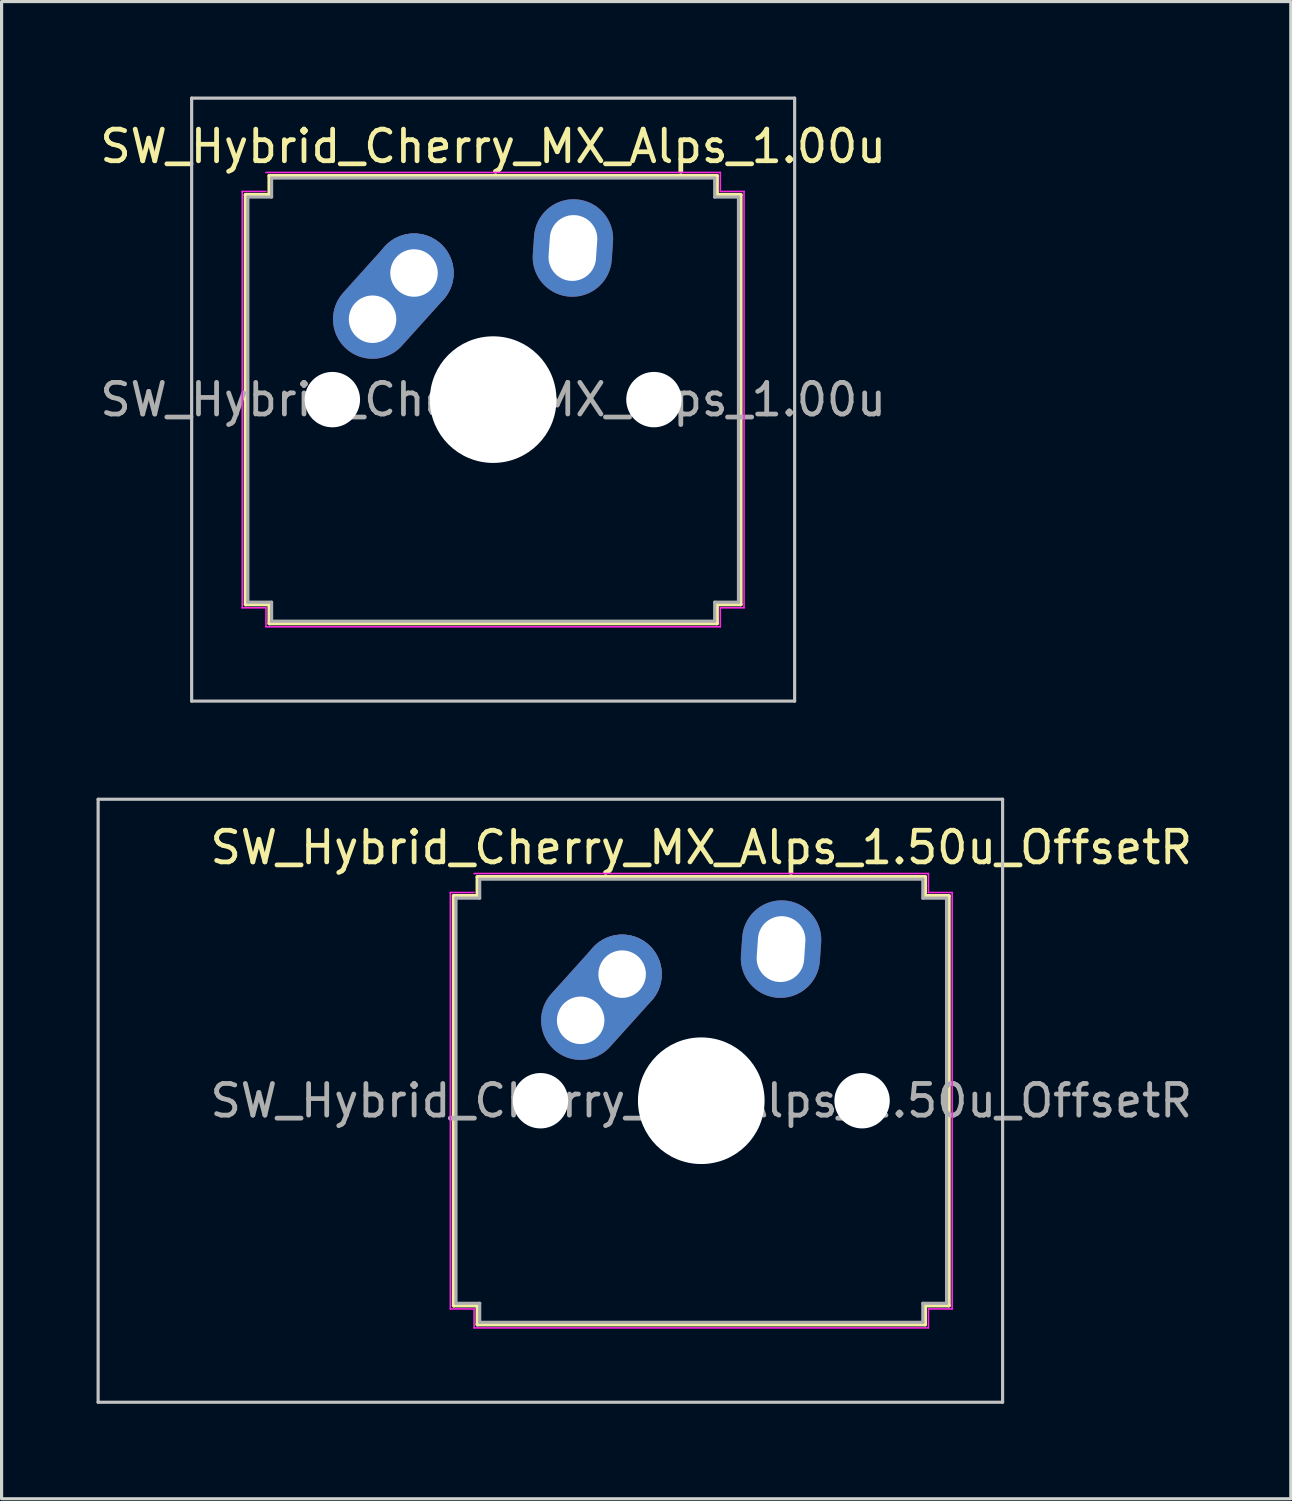
<source format=kicad_pcb>
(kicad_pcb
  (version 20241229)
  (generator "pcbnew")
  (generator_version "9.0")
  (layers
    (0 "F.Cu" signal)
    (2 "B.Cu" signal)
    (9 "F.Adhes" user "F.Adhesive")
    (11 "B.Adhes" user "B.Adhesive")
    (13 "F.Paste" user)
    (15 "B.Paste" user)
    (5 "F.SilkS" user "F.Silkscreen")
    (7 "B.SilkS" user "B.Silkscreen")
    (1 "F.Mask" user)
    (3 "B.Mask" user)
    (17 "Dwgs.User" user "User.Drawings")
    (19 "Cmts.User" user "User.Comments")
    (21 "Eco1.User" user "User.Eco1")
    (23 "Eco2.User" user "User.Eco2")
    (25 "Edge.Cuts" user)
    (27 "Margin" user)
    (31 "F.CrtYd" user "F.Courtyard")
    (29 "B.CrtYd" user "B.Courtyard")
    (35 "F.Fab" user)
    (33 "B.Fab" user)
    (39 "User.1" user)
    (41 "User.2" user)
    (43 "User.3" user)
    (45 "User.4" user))
  (footprint "SW_Hybrid_Cherry_MX_Alps_1.50u_OffsetR"
    (layer "F.Cu")
    (at 19.105 31.725)
    (property "Reference" "SW_Hybrid_Cherry_MX_Alps_1.50u_OffsetR" (at 0 -8 0) (layer "F.SilkS") (effects (font (size 1 1) (thickness 0.15))))
    (attr through_hole)
    (fp_line (start -7.821 -6.471) (end -7.071 -6.471) (stroke (width 0.12) (type solid)) (layer "F.SilkS"))
    (fp_line (start -7.821 6.471) (end -7.821 -6.471) (stroke (width 0.12) (type solid)) (layer "F.SilkS"))
    (fp_line (start -7.071 -7.071) (end 7.071 -7.071) (stroke (width 0.12) (type solid)) (layer "F.SilkS"))
    (fp_line (start -7.071 -6.471) (end -7.071 -7.071) (stroke (width 0.12) (type solid)) (layer "F.SilkS"))
    (fp_line (start -7.071 6.471) (end -7.821 6.471) (stroke (width 0.12) (type solid)) (layer "F.SilkS"))
    (fp_line (start -7.071 7.071) (end -7.071 6.471) (stroke (width 0.12) (type solid)) (layer "F.SilkS"))
    (fp_line (start 7.071 -7.071) (end 7.071 -6.471) (stroke (width 0.12) (type solid)) (layer "F.SilkS"))
    (fp_line (start 7.071 -6.471) (end 7.821 -6.471) (stroke (width 0.12) (type solid)) (layer "F.SilkS"))
    (fp_line (start 7.071 6.471) (end 7.071 7.071) (stroke (width 0.12) (type solid)) (layer "F.SilkS"))
    (fp_line (start 7.071 7.071) (end -7.071 7.071) (stroke (width 0.12) (type solid)) (layer "F.SilkS"))
    (fp_line (start 7.821 -6.471) (end 7.821 6.471) (stroke (width 0.12) (type solid)) (layer "F.SilkS"))
    (fp_line (start 7.821 6.471) (end 7.071 6.471) (stroke (width 0.12) (type solid)) (layer "F.SilkS"))
    (fp_line (start -19.055 -9.525) (end -19.055 9.525) (stroke (width 0.1) (type solid)) (layer "Dwgs.User"))
    (fp_line (start -19.055 9.525) (end 9.52 9.525) (stroke (width 0.1) (type solid)) (layer "Dwgs.User"))
    (fp_line (start 9.52 -9.525) (end -19.055 -9.525) (stroke (width 0.1) (type solid)) (layer "Dwgs.User"))
    (fp_line (start 9.52 9.525) (end 9.52 -9.525) (stroke (width 0.1) (type solid)) (layer "Dwgs.User"))
    (fp_line (start -7.927 -6.577) (end -7.177 -6.577) (stroke (width 0.05) (type solid)) (layer "F.CrtYd"))
    (fp_line (start -7.927 6.577) (end -7.927 -6.577) (stroke (width 0.05) (type solid)) (layer "F.CrtYd"))
    (fp_line (start -7.177 -7.177) (end 7.177 -7.177) (stroke (width 0.05) (type solid)) (layer "F.CrtYd"))
    (fp_line (start -7.177 6.577) (end -7.927 6.577) (stroke (width 0.05) (type solid)) (layer "F.CrtYd"))
    (fp_line (start -7.177 7.177) (end -7.177 6.577) (stroke (width 0.05) (type solid)) (layer "F.CrtYd"))
    (fp_line (start 7.177 -7.177) (end 7.177 -6.577) (stroke (width 0.05) (type solid)) (layer "F.CrtYd"))
    (fp_line (start 7.177 -6.577) (end 7.927 -6.577) (stroke (width 0.05) (type solid)) (layer "F.CrtYd"))
    (fp_line (start 7.177 6.577) (end 7.177 7.177) (stroke (width 0.05) (type solid)) (layer "F.CrtYd"))
    (fp_line (start 7.177 7.177) (end -7.177 7.177) (stroke (width 0.05) (type solid)) (layer "F.CrtYd"))
    (fp_line (start 7.927 -6.577) (end 7.927 6.577) (stroke (width 0.05) (type solid)) (layer "F.CrtYd"))
    (fp_line (start 7.927 6.577) (end 7.177 6.577) (stroke (width 0.05) (type solid)) (layer "F.CrtYd"))
    (fp_line (start -7.75 -6.4) (end -7 -6.4) (stroke (width 0.1) (type solid)) (layer "F.Fab"))
    (fp_line (start -7.75 6.4) (end -7.75 -6.4) (stroke (width 0.1) (type solid)) (layer "F.Fab"))
    (fp_line (start -7 -7) (end 7 -7) (stroke (width 0.1) (type solid)) (layer "F.Fab"))
    (fp_line (start -7 -6.4) (end -7 -7) (stroke (width 0.1) (type solid)) (layer "F.Fab"))
    (fp_line (start -7 6.4) (end -7.75 6.4) (stroke (width 0.1) (type solid)) (layer "F.Fab"))
    (fp_line (start -7 7) (end -7 6.4) (stroke (width 0.1) (type solid)) (layer "F.Fab"))
    (fp_line (start 7 -7) (end 7 -6.4) (stroke (width 0.1) (type solid)) (layer "F.Fab"))
    (fp_line (start 7 -6.4) (end 7.75 -6.4) (stroke (width 0.1) (type solid)) (layer "F.Fab"))
    (fp_line (start 7 6.4) (end 7 7) (stroke (width 0.1) (type solid)) (layer "F.Fab"))
    (fp_line (start 7 7) (end -7 7) (stroke (width 0.1) (type solid)) (layer "F.Fab"))
    (fp_line (start 7.75 -6.4) (end 7.75 6.4) (stroke (width 0.1) (type solid)) (layer "F.Fab"))
    (fp_line (start 7.75 6.4) (end 7 6.4) (stroke (width 0.1) (type solid)) (layer "F.Fab"))
    (fp_text user "${REFERENCE}" (at 0 0 0) (layer "F.Fab") (effects (font (size 1 1) (thickness 0.15))))
    (pad "" np_thru_hole circle (at -5.08 0) (size 1.75 1.75) (drill 1.75) (layers "*.Cu" "*.Mask"))
    (pad "" np_thru_hole circle (at 0 0) (size 4 4) (drill 4) (layers "*.Cu" "*.Mask"))
    (pad "" np_thru_hole circle (at 5.08 0) (size 1.75 1.75) (drill 1.75) (layers "*.Cu" "*.Mask"))
    (pad "1" thru_hole oval (at -3.81 -2.54 48) (size 4.462 2.5) (drill 1.5 (offset 0.981 0)) (layers "*.Cu" "*.Mask"))
    (pad "1" thru_hole circle (at -2.5 -4) (size 2.5 2.5) (drill 1.5) (layers "*.Cu" "*.Mask"))
    (pad "2" thru_hole oval (at 2.52 -4.79 86) (size 3.081 2.5) (drill oval 2.081 1.5) (layers "*.Cu" "*.Mask")))
  (footprint "SW_Hybrid_Cherry_MX_Alps_1.00u"
    (layer "F.Cu")
    (at 12.53 9.575)
    (property "Reference" "SW_Hybrid_Cherry_MX_Alps_1.00u" (at 0 -8 0) (layer "F.SilkS") (effects (font (size 1 1) (thickness 0.15))))
    (attr through_hole)
    (fp_line (start -7.821 -6.471) (end -7.071 -6.471) (stroke (width 0.12) (type solid)) (layer "F.SilkS"))
    (fp_line (start -7.821 6.471) (end -7.821 -6.471) (stroke (width 0.12) (type solid)) (layer "F.SilkS"))
    (fp_line (start -7.071 -7.071) (end 7.071 -7.071) (stroke (width 0.12) (type solid)) (layer "F.SilkS"))
    (fp_line (start -7.071 -6.471) (end -7.071 -7.071) (stroke (width 0.12) (type solid)) (layer "F.SilkS"))
    (fp_line (start -7.071 6.471) (end -7.821 6.471) (stroke (width 0.12) (type solid)) (layer "F.SilkS"))
    (fp_line (start -7.071 7.071) (end -7.071 6.471) (stroke (width 0.12) (type solid)) (layer "F.SilkS"))
    (fp_line (start 7.071 -7.071) (end 7.071 -6.471) (stroke (width 0.12) (type solid)) (layer "F.SilkS"))
    (fp_line (start 7.071 -6.471) (end 7.821 -6.471) (stroke (width 0.12) (type solid)) (layer "F.SilkS"))
    (fp_line (start 7.071 6.471) (end 7.071 7.071) (stroke (width 0.12) (type solid)) (layer "F.SilkS"))
    (fp_line (start 7.071 7.071) (end -7.071 7.071) (stroke (width 0.12) (type solid)) (layer "F.SilkS"))
    (fp_line (start 7.821 -6.471) (end 7.821 6.471) (stroke (width 0.12) (type solid)) (layer "F.SilkS"))
    (fp_line (start 7.821 6.471) (end 7.071 6.471) (stroke (width 0.12) (type solid)) (layer "F.SilkS"))
    (fp_line (start -9.525 -9.525) (end -9.525 9.525) (stroke (width 0.1) (type solid)) (layer "Dwgs.User"))
    (fp_line (start -9.525 9.525) (end 9.525 9.525) (stroke (width 0.1) (type solid)) (layer "Dwgs.User"))
    (fp_line (start 9.525 -9.525) (end -9.525 -9.525) (stroke (width 0.1) (type solid)) (layer "Dwgs.User"))
    (fp_line (start 9.525 9.525) (end 9.525 -9.525) (stroke (width 0.1) (type solid)) (layer "Dwgs.User"))
    (fp_line (start -7.927 -6.577) (end -7.177 -6.577) (stroke (width 0.05) (type solid)) (layer "F.CrtYd"))
    (fp_line (start -7.927 6.577) (end -7.927 -6.577) (stroke (width 0.05) (type solid)) (layer "F.CrtYd"))
    (fp_line (start -7.177 -7.177) (end 7.177 -7.177) (stroke (width 0.05) (type solid)) (layer "F.CrtYd"))
    (fp_line (start -7.177 6.577) (end -7.927 6.577) (stroke (width 0.05) (type solid)) (layer "F.CrtYd"))
    (fp_line (start -7.177 7.177) (end -7.177 6.577) (stroke (width 0.05) (type solid)) (layer "F.CrtYd"))
    (fp_line (start 7.177 -7.177) (end 7.177 -6.577) (stroke (width 0.05) (type solid)) (layer "F.CrtYd"))
    (fp_line (start 7.177 -6.577) (end 7.927 -6.577) (stroke (width 0.05) (type solid)) (layer "F.CrtYd"))
    (fp_line (start 7.177 6.577) (end 7.177 7.177) (stroke (width 0.05) (type solid)) (layer "F.CrtYd"))
    (fp_line (start 7.177 7.177) (end -7.177 7.177) (stroke (width 0.05) (type solid)) (layer "F.CrtYd"))
    (fp_line (start 7.927 -6.577) (end 7.927 6.577) (stroke (width 0.05) (type solid)) (layer "F.CrtYd"))
    (fp_line (start 7.927 6.577) (end 7.177 6.577) (stroke (width 0.05) (type solid)) (layer "F.CrtYd"))
    (fp_line (start -7.75 -6.4) (end -7 -6.4) (stroke (width 0.1) (type solid)) (layer "F.Fab"))
    (fp_line (start -7.75 6.4) (end -7.75 -6.4) (stroke (width 0.1) (type solid)) (layer "F.Fab"))
    (fp_line (start -7 -7) (end 7 -7) (stroke (width 0.1) (type solid)) (layer "F.Fab"))
    (fp_line (start -7 -6.4) (end -7 -7) (stroke (width 0.1) (type solid)) (layer "F.Fab"))
    (fp_line (start -7 6.4) (end -7.75 6.4) (stroke (width 0.1) (type solid)) (layer "F.Fab"))
    (fp_line (start -7 7) (end -7 6.4) (stroke (width 0.1) (type solid)) (layer "F.Fab"))
    (fp_line (start 7 -7) (end 7 -6.4) (stroke (width 0.1) (type solid)) (layer "F.Fab"))
    (fp_line (start 7 -6.4) (end 7.75 -6.4) (stroke (width 0.1) (type solid)) (layer "F.Fab"))
    (fp_line (start 7 6.4) (end 7 7) (stroke (width 0.1) (type solid)) (layer "F.Fab"))
    (fp_line (start 7 7) (end -7 7) (stroke (width 0.1) (type solid)) (layer "F.Fab"))
    (fp_line (start 7.75 -6.4) (end 7.75 6.4) (stroke (width 0.1) (type solid)) (layer "F.Fab"))
    (fp_line (start 7.75 6.4) (end 7 6.4) (stroke (width 0.1) (type solid)) (layer "F.Fab"))
    (fp_text user "${REFERENCE}" (at 0 0 0) (layer "F.Fab") (effects (font (size 1 1) (thickness 0.15))))
    (pad "" np_thru_hole circle (at -5.08 0) (size 1.75 1.75) (drill 1.75) (layers "*.Cu" "*.Mask"))
    (pad "" np_thru_hole circle (at 0 0) (size 4 4) (drill 4) (layers "*.Cu" "*.Mask"))
    (pad "" np_thru_hole circle (at 5.08 0) (size 1.75 1.75) (drill 1.75) (layers "*.Cu" "*.Mask"))
    (pad "1" thru_hole oval (at -3.81 -2.54 48) (size 4.462 2.5) (drill 1.5 (offset 0.981 0)) (layers "*.Cu" "*.Mask"))
    (pad "1" thru_hole circle (at -2.5 -4) (size 2.5 2.5) (drill 1.5) (layers "*.Cu" "*.Mask"))
    (pad "2" thru_hole oval (at 2.52 -4.79 86) (size 3.081 2.5) (drill oval 2.081 1.5) (layers "*.Cu" "*.Mask")))
  (gr_rect
    (start -3 -3)
    (end 37.73 44.3)
    (stroke (width 0.1) (type default))
    (fill no)
    (layer "Edge.Cuts")))
</source>
